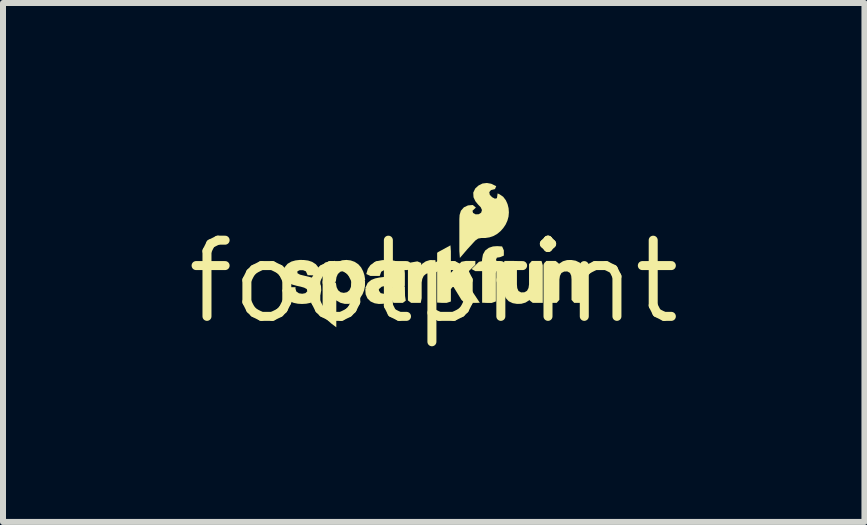
<source format=kicad_pcb>
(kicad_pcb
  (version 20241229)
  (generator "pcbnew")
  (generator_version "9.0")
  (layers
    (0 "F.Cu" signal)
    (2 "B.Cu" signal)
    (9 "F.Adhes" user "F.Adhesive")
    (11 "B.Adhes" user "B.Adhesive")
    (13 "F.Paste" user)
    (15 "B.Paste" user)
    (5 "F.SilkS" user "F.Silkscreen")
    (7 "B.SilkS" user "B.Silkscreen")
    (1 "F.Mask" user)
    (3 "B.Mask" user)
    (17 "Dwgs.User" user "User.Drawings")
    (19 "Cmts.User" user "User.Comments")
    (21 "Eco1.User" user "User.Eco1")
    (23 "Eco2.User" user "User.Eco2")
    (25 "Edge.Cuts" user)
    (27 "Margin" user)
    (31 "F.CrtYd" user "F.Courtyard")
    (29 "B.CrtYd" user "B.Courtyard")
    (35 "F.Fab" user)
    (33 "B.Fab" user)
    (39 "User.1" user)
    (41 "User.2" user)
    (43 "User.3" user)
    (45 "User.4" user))
  (footprint "footprint"
    (layer "F.Cu")
    (at 4.18 1.644)
    (property "Reference" "footprint" (at 0 0 0) (layer "F.SilkS") (effects (font (size 1.27 1.27) (thickness 0.15))))
    (fp_poly (pts (xy 0.028 -0.357) (xy 0.038 -0.274) (xy 0.038 -0.2) (xy 0.005 -0.143) (xy -0.072 -0.144) (xy -0.126 -0.13) (xy -0.167 -0.095) (xy -0.191 -0.044) (xy -0.201 0.015) (xy -0.201 0.277) (xy -0.216 0.355) (xy -0.376 0.355) (xy -0.43 0.314) (xy -0.43 -0.322) (xy -0.403 -0.314) (xy -0.273 -0.337) (xy -0.21 -0.311) (xy -0.21 -0.276) (xy -0.193 -0.296) (xy -0.133 -0.337) (xy -0.063 -0.359)) (stroke (width 0) (type solid)) (fill yes) (layer "F.SilkS"))
    (fp_poly (pts (xy 0.286 -0.505) (xy 0.286 -0.147) (xy 0.462 -0.331) (xy 0.534 -0.344) (xy 0.694 -0.344) (xy 0.694 -0.281) (xy 0.502 -0.094) (xy 0.494 -0.062) (xy 0.769 0.354) (xy 0.517 0.355) (xy 0.463 0.306) (xy 0.331 0.09) (xy 0.314 0.091) (xy 0.286 0.125) (xy 0.286 0.332) (xy 0.215 0.355) (xy 0.144 0.355) (xy 0.057 0.35) (xy 0.057 -0.477) (xy 0.066 -0.488) (xy 0.279 -0.604)) (stroke (width 0) (type solid)) (fill yes) (layer "F.SilkS"))
    (fp_poly (pts (xy -0.912 0.153) (xy -0.885 0.192) (xy -0.835 0.203) (xy -0.78 0.197) (xy -0.736 0.169) (xy -0.707 0.107) (xy -0.641 0.085) (xy -0.481 0.085) (xy -0.478 0.24) (xy -0.466 0.318) (xy -0.515 0.355) (xy -0.672 0.355) (xy -0.688 0.312) (xy -0.71 0.327) (xy -0.774 0.356) (xy -0.843 0.37) (xy -0.914 0.373) (xy -0.984 0.362) (xy -1.052 0.332) (xy -1.105 0.28) (xy -1.135 0.211) (xy -1.141 0.128) (xy -1.084 0.085) (xy -0.922 0.085)) (stroke (width 0) (type solid)) (fill yes) (layer "F.SilkS"))
    (fp_poly (pts (xy -1.385 -0.353) (xy -1.317 -0.329) (xy -1.257 -0.289) (xy -1.21 -0.235) (xy -1.177 -0.172) (xy -1.155 -0.106) (xy -1.143 -0.032) (xy -1.172 0.035) (xy -1.334 0.035) (xy -1.371 -0.021) (xy -1.385 -0.086) (xy -1.411 -0.136) (xy -1.454 -0.168) (xy -1.507 -0.177) (xy -1.559 -0.163) (xy -1.598 -0.126) (xy -1.621 -0.074) (xy -1.632 -0.001) (xy -1.689 0.035) (xy -1.852 0.035) (xy -1.852 -0.262) (xy -1.811 -0.317) (xy -1.646 -0.346) (xy -1.638 -0.294) (xy -1.595 -0.329) (xy -1.527 -0.355) (xy -1.455 -0.361)) (stroke (width 0) (type solid)) (fill yes) (layer "F.SilkS"))
    (fp_poly (pts (xy 1.14 -0.586) (xy 1.169 -0.52) (xy 1.169 -0.433) (xy 1.106 -0.407) (xy 1.053 -0.399) (xy 1.038 -0.364) (xy 1.047 -0.343) (xy 1.106 -0.343) (xy 1.159 -0.301) (xy 1.159 -0.208) (xy 1.098 -0.174) (xy 1.044 -0.174) (xy 1.036 -0.145) (xy 1.036 0.331) (xy 0.966 0.356) (xy 0.896 0.356) (xy 0.807 0.352) (xy 0.807 -0.174) (xy 0.694 -0.174) (xy 0.631 -0.209) (xy 0.754 -0.33) (xy 0.804 -0.34) (xy 0.808 -0.383) (xy 0.821 -0.453) (xy 0.858 -0.518) (xy 0.918 -0.563) (xy 0.987 -0.586) (xy 1.057 -0.591)) (stroke (width 0) (type solid)) (fill yes) (layer "F.SilkS"))
    (fp_poly (pts (xy -1.631 0.021) (xy -1.619 0.093) (xy -1.594 0.144) (xy -1.552 0.178) (xy -1.499 0.188) (xy -1.445 0.177) (xy -1.404 0.143) (xy -1.381 0.091) (xy -1.369 0.017) (xy -1.309 -0.015) (xy -1.145 -0.015) (xy -1.146 0.075) (xy -1.16 0.144) (xy -1.186 0.21) (xy -1.225 0.27) (xy -1.278 0.32) (xy -1.342 0.354) (xy -1.412 0.371) (xy -1.484 0.371) (xy -1.554 0.354) (xy -1.618 0.318) (xy -1.624 0.311) (xy -1.624 0.315) (xy -1.624 0.762) (xy -1.71 0.697) (xy -1.812 0.606) (xy -1.852 0.547) (xy -1.852 -0.015) (xy -1.688 -0.015)) (stroke (width 0) (type solid)) (fill yes) (layer "F.SilkS"))
    (fp_poly (pts (xy 2.367 -0.348) (xy 2.434 -0.316) (xy 2.485 -0.26) (xy 2.512 -0.192) (xy 2.523 -0.122) (xy 2.525 -0.054) (xy 2.525 0.282) (xy 2.505 0.355) (xy 2.342 0.355) (xy 2.297 0.305) (xy 2.297 -0.036) (xy 2.292 -0.097) (xy 2.271 -0.145) (xy 2.227 -0.169) (xy 2.174 -0.167) (xy 2.128 -0.143) (xy 2.104 -0.095) (xy 2.095 -0.035) (xy 2.094 0.304) (xy 2.05 0.355) (xy 1.887 0.355) (xy 1.866 0.282) (xy 1.866 -0.323) (xy 1.874 -0.344) (xy 2.033 -0.344) (xy 2.085 -0.302) (xy 2.085 -0.292) (xy 2.092 -0.299) (xy 2.154 -0.339) (xy 2.224 -0.359) (xy 2.296 -0.36)) (stroke (width 0) (type solid)) (fill yes) (layer "F.SilkS"))
    (fp_poly (pts (xy 1.387 -0.293) (xy 1.387 0.047) (xy 1.392 0.108) (xy 1.413 0.157) (xy 1.456 0.18) (xy 1.51 0.179) (xy 1.555 0.154) (xy 1.58 0.107) (xy 1.589 0.047) (xy 1.589 -0.292) (xy 1.634 -0.344) (xy 1.797 -0.344) (xy 1.818 -0.271) (xy 1.818 0.305) (xy 1.818 0.305) (xy 1.818 0.355) (xy 1.651 0.355) (xy 1.599 0.314) (xy 1.598 0.304) (xy 1.592 0.311) (xy 1.53 0.35) (xy 1.46 0.37) (xy 1.388 0.372) (xy 1.317 0.36) (xy 1.25 0.328) (xy 1.199 0.272) (xy 1.172 0.204) (xy 1.161 0.134) (xy 1.159 0.066) (xy 1.159 -0.27) (xy 1.179 -0.344) (xy 1.342 -0.344)) (stroke (width 0) (type solid)) (fill yes) (layer "F.SilkS"))
    (fp_poly (pts (xy -0.722 -0.358) (xy -0.653 -0.347) (xy -0.585 -0.323) (xy -0.524 -0.278) (xy -0.488 -0.211) (xy -0.481 -0.139) (xy -0.481 0.066) (xy -0.505 0.135) (xy -0.668 0.135) (xy -0.708 0.083) (xy -0.711 0.051) (xy -0.744 0.062) (xy -0.811 0.072) (xy -0.868 0.086) (xy -0.919 0.13) (xy -0.991 0.135) (xy -1.062 0.135) (xy -1.144 0.114) (xy -1.101 0.022) (xy -1.043 -0.027) (xy -0.976 -0.053) (xy -0.908 -0.067) (xy -0.778 -0.084) (xy -0.728 -0.101) (xy -0.711 -0.137) (xy -0.729 -0.176) (xy -0.776 -0.191) (xy -0.832 -0.189) (xy -0.875 -0.164) (xy -0.9 -0.094) (xy -1.055 -0.094) (xy -1.124 -0.126) (xy -1.098 -0.214) (xy -1.055 -0.275) (xy -0.996 -0.318) (xy -0.929 -0.344) (xy -0.86 -0.357) (xy -0.791 -0.361)) (stroke (width 0) (type solid)) (fill yes) (layer "F.SilkS"))
    (fp_poly (pts (xy 0.958 -1.631) (xy 1.042 -1.591) (xy 1.021 -1.542) (xy 0.954 -1.525) (xy 0.926 -1.491) (xy 0.935 -1.446) (xy 0.973 -1.407) (xy 1.02 -1.382) (xy 1.054 -1.39) (xy 1.065 -1.47) (xy 1.099 -1.454) (xy 1.158 -1.414) (xy 1.202 -1.356) (xy 1.231 -1.291) (xy 1.248 -1.223) (xy 1.253 -1.153) (xy 1.247 -1.083) (xy 1.228 -1.015) (xy 1.199 -0.951) (xy 1.16 -0.893) (xy 1.114 -0.841) (xy 1.06 -0.796) (xy 0.999 -0.761) (xy 0.932 -0.738) (xy 0.863 -0.727) (xy 0.797 -0.727) (xy 0.74 -0.717) (xy 0.693 -0.684) (xy 0.561 -0.54) (xy 0.436 -0.394) (xy 0.427 -0.509) (xy 0.427 -1.04) (xy 0.431 -1.11) (xy 0.453 -1.181) (xy 0.503 -1.238) (xy 0.571 -1.27) (xy 0.651 -1.277) (xy 0.703 -1.234) (xy 0.646 -1.18) (xy 0.656 -1.144) (xy 0.698 -1.121) (xy 0.75 -1.123) (xy 0.791 -1.149) (xy 0.804 -1.193) (xy 0.783 -1.24) (xy 0.739 -1.285) (xy 0.695 -1.339) (xy 0.663 -1.406) (xy 0.659 -1.483) (xy 0.692 -1.552) (xy 0.747 -1.602) (xy 0.813 -1.635) (xy 0.886 -1.644)) (stroke (width 0) (type solid)) (fill yes) (layer "F.SilkS"))
    (fp_poly (pts (xy -2.165 -0.36) (xy -2.095 -0.351) (xy -2.027 -0.329) (xy -1.965 -0.289) (xy -1.919 -0.231) (xy -1.89 -0.147) (xy -1.947 -0.104) (xy -2.022 -0.104) (xy -2.102 -0.107) (xy -2.131 -0.171) (xy -2.178 -0.19) (xy -2.234 -0.19) (xy -2.272 -0.172) (xy -2.272 -0.14) (xy -2.23 -0.116) (xy -2.039 -0.069) (xy -1.973 -0.041) (xy -1.914 0.005) (xy -1.879 0.073) (xy -1.875 0.148) (xy -1.892 0.22) (xy -1.932 0.283) (xy -1.991 0.328) (xy -2.057 0.355) (xy -2.126 0.369) (xy -2.196 0.373) (xy -2.265 0.369) (xy -2.334 0.355) (xy -2.4 0.328) (xy -2.459 0.284) (xy -2.502 0.223) (xy -2.526 0.141) (xy -2.473 0.094) (xy -2.303 0.094) (xy -2.305 0.117) (xy -2.29 0.166) (xy -2.247 0.195) (xy -2.192 0.203) (xy -2.139 0.193) (xy -2.108 0.162) (xy -2.115 0.125) (xy -2.16 0.101) (xy -2.22 0.084) (xy -2.285 0.07) (xy -2.351 0.052) (xy -2.417 0.025) (xy -2.476 -0.022) (xy -2.508 -0.093) (xy -2.507 -0.168) (xy -2.485 -0.239) (xy -2.436 -0.297) (xy -2.372 -0.334) (xy -2.304 -0.353) (xy -2.234 -0.361)) (stroke (width 0) (type solid)) (fill yes) (layer "F.SilkS")))
  (gr_rect
    (start -3 -3)
    (end 11.36 5.651)
    (stroke (width 0.1) (type default))
    (fill no)
    (layer "Edge.Cuts")))
</source>
